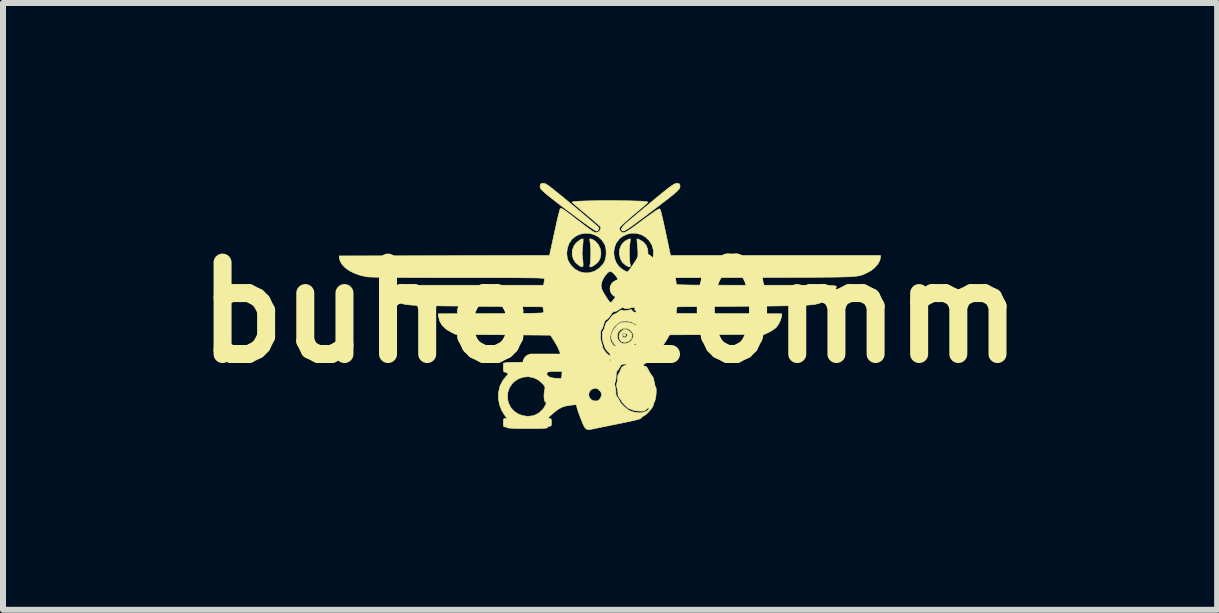
<source format=kicad_pcb>
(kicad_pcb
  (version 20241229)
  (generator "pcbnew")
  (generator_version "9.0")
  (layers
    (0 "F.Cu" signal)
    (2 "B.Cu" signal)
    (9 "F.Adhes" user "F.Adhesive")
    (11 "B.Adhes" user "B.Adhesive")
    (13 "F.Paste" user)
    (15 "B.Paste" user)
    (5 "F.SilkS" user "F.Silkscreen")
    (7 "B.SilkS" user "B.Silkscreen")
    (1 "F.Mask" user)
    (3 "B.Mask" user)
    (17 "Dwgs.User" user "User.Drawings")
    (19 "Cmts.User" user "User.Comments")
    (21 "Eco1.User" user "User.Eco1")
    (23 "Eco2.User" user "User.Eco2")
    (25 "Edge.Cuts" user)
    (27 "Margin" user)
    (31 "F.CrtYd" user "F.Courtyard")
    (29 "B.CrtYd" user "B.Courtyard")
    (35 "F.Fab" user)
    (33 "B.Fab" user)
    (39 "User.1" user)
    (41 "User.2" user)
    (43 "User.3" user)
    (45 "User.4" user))
  (footprint "buho_10mm"
    (layer "F.Cu")
    (at 7.119 2.162)
    (property "Reference" "buho_10mm" (at 0 0 0) (layer "F.SilkS") (effects (font (size 1.524 1.524) (thickness 0.3))))
    (attr through_hole)
    (fp_poly (pts (xy 0.262 0.364) (xy 0.267 0.375) (xy 0.256 0.39) (xy 0.241 0.394) (xy 0.221 0.386) (xy 0.216 0.375) (xy 0.226 0.359) (xy 0.241 0.356) (xy 0.262 0.364)) (stroke (width 0.01) (type solid)) (fill yes) (layer "F.SilkS"))
    (fp_poly (pts (xy 0.338 -1.229) (xy 0.338 -1.215) (xy 0.335 -1.183) (xy 0.329 -1.139) (xy 0.328 -1.13) (xy 0.323 -1.07) (xy 0.321 -0.998) (xy 0.323 -0.923) (xy 0.328 -0.854) (xy 0.336 -0.799) (xy 0.338 -0.792) (xy 0.339 -0.769) (xy 0.324 -0.763) (xy 0.293 -0.775) (xy 0.263 -0.791) (xy 0.208 -0.838) (xy 0.172 -0.902) (xy 0.156 -0.978) (xy 0.16 -1.056) (xy 0.188 -1.126) (xy 0.231 -1.177) (xy 0.256 -1.196) (xy 0.288 -1.214) (xy 0.317 -1.227) (xy 0.336 -1.23) (xy 0.338 -1.229)) (stroke (width 0.01) (type solid)) (fill yes) (layer "F.SilkS"))
    (fp_poly (pts (xy -0.29 -1.218) (xy -0.255 -1.197) (xy -0.241 -1.185) (xy -0.192 -1.129) (xy -0.162 -1.061) (xy -0.152 -0.988) (xy -0.163 -0.916) (xy -0.181 -0.874) (xy -0.203 -0.844) (xy -0.232 -0.816) (xy -0.264 -0.791) (xy -0.295 -0.773) (xy -0.321 -0.763) (xy -0.337 -0.765) (xy -0.338 -0.78) (xy -0.337 -0.784) (xy -0.33 -0.815) (xy -0.325 -0.863) (xy -0.322 -0.924) (xy -0.321 -0.99) (xy -0.321 -1.054) (xy -0.324 -1.11) (xy -0.329 -1.148) (xy -0.335 -1.189) (xy -0.338 -1.218) (xy -0.337 -1.229) (xy -0.32 -1.23) (xy -0.29 -1.218)) (stroke (width 0.01) (type solid)) (fill yes) (layer "F.SilkS"))
    (fp_poly (pts (xy -0.45 -1.229) (xy -0.449 -1.215) (xy -0.45 -1.181) (xy -0.454 -1.133) (xy -0.457 -1.101) (xy -0.462 -1.047) (xy -0.465 -1.001) (xy -0.465 -0.971) (xy -0.464 -0.963) (xy -0.461 -0.942) (xy -0.457 -0.905) (xy -0.452 -0.858) (xy -0.452 -0.854) (xy -0.449 -0.802) (xy -0.452 -0.773) (xy -0.464 -0.763) (xy -0.487 -0.77) (xy -0.515 -0.786) (xy -0.574 -0.835) (xy -0.613 -0.897) (xy -0.631 -0.966) (xy -0.629 -1.038) (xy -0.604 -1.107) (xy -0.587 -1.134) (xy -0.561 -1.164) (xy -0.528 -1.192) (xy -0.494 -1.216) (xy -0.466 -1.229) (xy -0.45 -1.229)) (stroke (width 0.01) (type solid)) (fill yes) (layer "F.SilkS"))
    (fp_poly (pts (xy 0.464 -1.227) (xy 0.491 -1.215) (xy 0.523 -1.198) (xy 0.552 -1.179) (xy 0.563 -1.17) (xy 0.605 -1.118) (xy 0.628 -1.055) (xy 0.632 -0.987) (xy 0.619 -0.919) (xy 0.589 -0.857) (xy 0.543 -0.805) (xy 0.505 -0.78) (xy 0.472 -0.765) (xy 0.454 -0.766) (xy 0.448 -0.786) (xy 0.451 -0.827) (xy 0.451 -0.829) (xy 0.457 -0.879) (xy 0.462 -0.929) (xy 0.464 -0.946) (xy 0.465 -0.982) (xy 0.464 -1.034) (xy 0.459 -1.093) (xy 0.458 -1.111) (xy 0.453 -1.161) (xy 0.45 -1.202) (xy 0.449 -1.225) (xy 0.45 -1.229) (xy 0.464 -1.227)) (stroke (width 0.01) (type solid)) (fill yes) (layer "F.SilkS"))
    (fp_poly (pts (xy 0.295 0.29) (xy 0.333 0.316) (xy 0.36 0.351) (xy 0.368 0.383) (xy 0.357 0.427) (xy 0.328 0.462) (xy 0.288 0.486) (xy 0.243 0.495) (xy 0.199 0.486) (xy 0.18 0.473) (xy 0.155 0.437) (xy 0.149 0.394) (xy 0.155 0.367) (xy 0.203 0.367) (xy 0.211 0.399) (xy 0.229 0.416) (xy 0.255 0.416) (xy 0.279 0.4) (xy 0.29 0.374) (xy 0.279 0.353) (xy 0.249 0.343) (xy 0.242 0.343) (xy 0.212 0.348) (xy 0.203 0.367) (xy 0.155 0.367) (xy 0.159 0.35) (xy 0.183 0.312) (xy 0.218 0.286) (xy 0.252 0.279) (xy 0.295 0.29)) (stroke (width 0.01) (type solid)) (fill yes) (layer "F.SilkS"))
    (fp_poly (pts (xy -1.098 -2.155) (xy -1.069 -2.144) (xy -1.031 -2.12) (xy -0.995 -2.093) (xy -0.953 -2.06) (xy -0.898 -2.016) (xy -0.833 -1.964) (xy -0.761 -1.905) (xy -0.684 -1.841) (xy -0.604 -1.775) (xy -0.525 -1.708) (xy -0.448 -1.644) (xy -0.377 -1.583) (xy -0.313 -1.529) (xy -0.26 -1.483) (xy -0.22 -1.448) (xy -0.195 -1.425) (xy -0.188 -1.418) (xy -0.186 -1.396) (xy -0.2 -1.373) (xy -0.221 -1.36) (xy -0.226 -1.359) (xy -0.242 -1.367) (xy -0.275 -1.387) (xy -0.322 -1.419) (xy -0.38 -1.46) (xy -0.447 -1.508) (xy -0.495 -1.543) (xy -0.627 -1.642) (xy -0.74 -1.726) (xy -0.835 -1.798) (xy -0.915 -1.86) (xy -0.98 -1.911) (xy -1.034 -1.954) (xy -1.077 -1.99) (xy -1.096 -2.007) (xy -1.134 -2.043) (xy -1.156 -2.068) (xy -1.165 -2.089) (xy -1.166 -2.112) (xy -1.166 -2.113) (xy -1.159 -2.142) (xy -1.141 -2.154) (xy -1.123 -2.156) (xy -1.098 -2.155)) (stroke (width 0.01) (type solid)) (fill yes) (layer "F.SilkS"))
    (fp_poly (pts (xy 1.123 -2.156) (xy 1.151 -2.15) (xy 1.163 -2.132) (xy 1.166 -2.113) (xy 1.166 -2.1) (xy 1.164 -2.086) (xy 1.157 -2.071) (xy 1.144 -2.054) (xy 1.124 -2.032) (xy 1.095 -2.005) (xy 1.056 -1.972) (xy 1.005 -1.93) (xy 0.941 -1.88) (xy 0.862 -1.82) (xy 0.768 -1.748) (xy 0.656 -1.663) (xy 0.529 -1.568) (xy 0.441 -1.502) (xy 0.371 -1.45) (xy 0.316 -1.412) (xy 0.274 -1.385) (xy 0.244 -1.368) (xy 0.222 -1.361) (xy 0.208 -1.362) (xy 0.199 -1.367) (xy 0.189 -1.386) (xy 0.195 -1.409) (xy 0.216 -1.439) (xy 0.256 -1.48) (xy 0.314 -1.531) (xy 0.321 -1.537) (xy 0.459 -1.653) (xy 0.58 -1.754) (xy 0.684 -1.841) (xy 0.773 -1.915) (xy 0.847 -1.976) (xy 0.91 -2.026) (xy 0.961 -2.067) (xy 1.002 -2.098) (xy 1.036 -2.121) (xy 1.062 -2.138) (xy 1.082 -2.148) (xy 1.098 -2.154) (xy 1.112 -2.157) (xy 1.123 -2.156)) (stroke (width 0.01) (type solid)) (fill yes) (layer "F.SilkS"))
    (fp_poly (pts (xy 0.306 0.163) (xy 0.365 0.177) (xy 0.389 0.188) (xy 0.448 0.23) (xy 0.487 0.284) (xy 0.505 0.343) (xy 0.501 0.405) (xy 0.474 0.464) (xy 0.435 0.509) (xy 0.36 0.562) (xy 0.285 0.59) (xy 0.209 0.594) (xy 0.136 0.573) (xy 0.126 0.568) (xy 0.075 0.53) (xy 0.038 0.479) (xy 0.019 0.422) (xy 0.02 0.394) (xy 0.121 0.394) (xy 0.132 0.446) (xy 0.163 0.488) (xy 0.203 0.512) (xy 0.244 0.517) (xy 0.291 0.507) (xy 0.334 0.484) (xy 0.344 0.475) (xy 0.379 0.429) (xy 0.389 0.382) (xy 0.382 0.351) (xy 0.353 0.305) (xy 0.312 0.275) (xy 0.264 0.261) (xy 0.215 0.265) (xy 0.171 0.286) (xy 0.138 0.325) (xy 0.132 0.337) (xy 0.121 0.394) (xy 0.02 0.394) (xy 0.02 0.375) (xy 0.036 0.327) (xy 0.066 0.274) (xy 0.104 0.223) (xy 0.142 0.187) (xy 0.143 0.186) (xy 0.186 0.167) (xy 0.243 0.159) (xy 0.306 0.163)) (stroke (width 0.01) (type solid)) (fill yes) (layer "F.SilkS"))
    (fp_poly (pts (xy 0.16 -1.866) (xy 0.298 -1.865) (xy 0.412 -1.862) (xy 0.504 -1.859) (xy 0.571 -1.854) (xy 0.614 -1.849) (xy 0.632 -1.842) (xy 0.632 -1.84) (xy 0.622 -1.829) (xy 0.595 -1.805) (xy 0.554 -1.769) (xy 0.502 -1.724) (xy 0.441 -1.673) (xy 0.406 -1.644) (xy 0.341 -1.589) (xy 0.283 -1.537) (xy 0.233 -1.492) (xy 0.195 -1.456) (xy 0.172 -1.433) (xy 0.167 -1.426) (xy 0.157 -1.399) (xy 0.164 -1.375) (xy 0.171 -1.364) (xy 0.185 -1.347) (xy 0.2 -1.336) (xy 0.22 -1.333) (xy 0.246 -1.339) (xy 0.281 -1.356) (xy 0.326 -1.384) (xy 0.386 -1.425) (xy 0.46 -1.479) (xy 0.54 -1.539) (xy 0.631 -1.606) (xy 0.704 -1.658) (xy 0.759 -1.696) (xy 0.797 -1.72) (xy 0.82 -1.73) (xy 0.828 -1.73) (xy 0.834 -1.721) (xy 0.841 -1.703) (xy 0.85 -1.675) (xy 0.86 -1.634) (xy 0.874 -1.578) (xy 0.89 -1.504) (xy 0.911 -1.411) (xy 0.935 -1.296) (xy 0.947 -1.241) (xy 1.008 -0.953) (xy 4.508 -0.953) (xy 4.508 -0.924) (xy 4.496 -0.868) (xy 4.464 -0.81) (xy 4.415 -0.754) (xy 4.354 -0.704) (xy 4.286 -0.666) (xy 4.261 -0.655) (xy 4.239 -0.645) (xy 4.219 -0.636) (xy 4.198 -0.628) (xy 4.175 -0.622) (xy 4.15 -0.616) (xy 4.12 -0.61) (xy 4.083 -0.606) (xy 4.04 -0.602) (xy 3.987 -0.599) (xy 3.924 -0.597) (xy 3.849 -0.595) (xy 3.761 -0.593) (xy 3.657 -0.592) (xy 3.538 -0.591) (xy 3.401 -0.59) (xy 3.245 -0.589) (xy 3.068 -0.589) (xy 2.869 -0.588) (xy 2.647 -0.588) (xy 2.58 -0.587) (xy 1.089 -0.583) (xy 1.097 -0.536) (xy 1.102 -0.501) (xy 1.105 -0.476) (xy 1.105 -0.473) (xy 1.109 -0.47) (xy 1.124 -0.468) (xy 1.15 -0.466) (xy 1.189 -0.464) (xy 1.242 -0.463) (xy 1.309 -0.461) (xy 1.393 -0.46) (xy 1.494 -0.459) (xy 1.614 -0.459) (xy 1.753 -0.458) (xy 1.914 -0.458) (xy 2.097 -0.457) (xy 2.303 -0.457) (xy 2.438 -0.457) (xy 2.652 -0.457) (xy 2.841 -0.457) (xy 3.008 -0.457) (xy 3.153 -0.457) (xy 3.279 -0.456) (xy 3.387 -0.456) (xy 3.478 -0.455) (xy 3.553 -0.454) (xy 3.615 -0.453) (xy 3.663 -0.452) (xy 3.701 -0.45) (xy 3.729 -0.449) (xy 3.748 -0.446) (xy 3.761 -0.444) (xy 3.768 -0.441) (xy 3.771 -0.438) (xy 3.772 -0.435) (xy 3.76 -0.383) (xy 3.728 -0.328) (xy 3.681 -0.273) (xy 3.622 -0.224) (xy 3.557 -0.186) (xy 3.554 -0.184) (xy 3.529 -0.173) (xy 3.504 -0.163) (xy 3.48 -0.154) (xy 3.452 -0.147) (xy 3.421 -0.14) (xy 3.384 -0.134) (xy 3.34 -0.13) (xy 3.286 -0.126) (xy 3.222 -0.122) (xy 3.145 -0.119) (xy 3.053 -0.117) (xy 2.946 -0.115) (xy 2.821 -0.113) (xy 2.677 -0.111) (xy 2.511 -0.11) (xy 2.323 -0.108) (xy 2.214 -0.107) (xy 1.12 -0.098) (xy 1.112 -0.071) (xy 1.106 -0.035) (xy 1.105 -0.016) (xy 1.105 0.013) (xy 2.864 0.019) (xy 2.86 0.057) (xy 2.844 0.118) (xy 2.815 0.182) (xy 2.777 0.237) (xy 2.758 0.256) (xy 2.72 0.284) (xy 2.672 0.314) (xy 2.642 0.329) (xy 2.572 0.362) (xy 0.992 0.369) (xy 0.952 0.439) (xy 0.883 0.548) (xy 0.805 0.649) (xy 0.724 0.736) (xy 0.666 0.787) (xy 0.624 0.82) (xy 0.588 0.846) (xy 0.563 0.861) (xy 0.556 0.864) (xy 0.551 0.871) (xy 0.558 0.882) (xy 0.579 0.894) (xy 0.59 0.894) (xy 0.606 0.901) (xy 0.627 0.931) (xy 0.64 0.958) (xy 0.663 1) (xy 0.686 1.036) (xy 0.699 1.052) (xy 0.721 1.087) (xy 0.735 1.146) (xy 0.737 1.156) (xy 0.745 1.199) (xy 0.754 1.231) (xy 0.762 1.245) (xy 0.768 1.261) (xy 0.77 1.296) (xy 0.769 1.341) (xy 0.764 1.39) (xy 0.756 1.436) (xy 0.747 1.471) (xy 0.741 1.482) (xy 0.728 1.512) (xy 0.724 1.532) (xy 0.715 1.559) (xy 0.692 1.596) (xy 0.659 1.636) (xy 0.623 1.675) (xy 0.588 1.705) (xy 0.571 1.715) (xy 0.541 1.733) (xy 0.523 1.748) (xy 0.521 1.752) (xy 0.518 1.758) (xy 0.507 1.765) (xy 0.487 1.773) (xy 0.455 1.783) (xy 0.408 1.794) (xy 0.345 1.808) (xy 0.263 1.826) (xy 0.161 1.847) (xy 0.062 1.867) (xy -0.033 1.886) (xy -0.121 1.904) (xy -0.198 1.92) (xy -0.261 1.933) (xy -0.308 1.942) (xy -0.333 1.948) (xy -0.337 1.948) (xy -0.369 1.948) (xy -0.389 1.943) (xy -0.411 1.925) (xy -0.433 1.894) (xy -0.436 1.888) (xy -0.456 1.844) (xy -0.478 1.788) (xy -0.502 1.727) (xy -0.524 1.667) (xy -0.541 1.616) (xy -0.552 1.58) (xy -0.552 1.576) (xy -0.562 1.533) (xy -0.64 1.54) (xy -0.722 1.552) (xy -0.79 1.571) (xy -0.852 1.602) (xy -0.917 1.649) (xy -0.945 1.673) (xy -0.989 1.711) (xy -1.016 1.736) (xy -1.028 1.751) (xy -1.027 1.759) (xy -1.015 1.762) (xy -1.012 1.763) (xy -0.991 1.767) (xy -0.981 1.779) (xy -0.978 1.806) (xy -0.978 1.83) (xy -0.979 1.867) (xy -0.984 1.886) (xy -0.997 1.892) (xy -1.01 1.892) (xy -1.035 1.899) (xy -1.041 1.911) (xy -1.044 1.917) (xy -1.055 1.922) (xy -1.075 1.925) (xy -1.108 1.927) (xy -1.157 1.929) (xy -1.225 1.93) (xy -1.313 1.93) (xy -1.378 1.93) (xy -1.489 1.93) (xy -1.579 1.929) (xy -1.647 1.926) (xy -1.692 1.923) (xy -1.713 1.919) (xy -1.714 1.918) (xy -1.725 1.908) (xy -1.746 1.905) (xy -1.764 1.903) (xy -1.774 1.894) (xy -1.777 1.87) (xy -1.778 1.835) (xy -1.777 1.795) (xy -1.773 1.774) (xy -1.762 1.766) (xy -1.745 1.765) (xy -1.712 1.765) (xy -1.75 1.718) (xy -1.807 1.627) (xy -1.844 1.528) (xy -1.861 1.425) (xy -1.86 1.415) (xy -1.711 1.415) (xy -1.696 1.498) (xy -1.659 1.575) (xy -1.611 1.634) (xy -1.541 1.684) (xy -1.46 1.716) (xy -1.372 1.728) (xy -1.287 1.719) (xy -1.256 1.71) (xy -1.181 1.67) (xy -1.118 1.609) (xy -1.087 1.562) (xy -1.07 1.528) (xy -1.063 1.505) (xy -1.064 1.499) (xy -1.082 1.487) (xy -1.094 1.456) (xy -1.1 1.41) (xy -1.1 1.367) (xy -0.356 1.367) (xy -0.345 1.414) (xy -0.315 1.45) (xy -0.273 1.47) (xy -0.223 1.472) (xy -0.197 1.465) (xy -0.175 1.446) (xy -0.154 1.413) (xy -0.141 1.375) (xy -0.14 1.359) (xy -0.148 1.333) (xy -0.17 1.302) (xy -0.178 1.293) (xy -0.207 1.268) (xy -0.232 1.259) (xy -0.264 1.262) (xy -0.313 1.28) (xy -0.345 1.316) (xy -0.356 1.366) (xy -0.356 1.367) (xy -1.1 1.367) (xy -1.1 1.356) (xy -1.092 1.298) (xy -1.086 1.268) (xy -1.084 1.245) (xy -1.092 1.222) (xy -1.116 1.192) (xy -1.129 1.177) (xy -1.13 1.177) (xy 0.078 1.177) (xy 0.079 1.207) (xy 0.088 1.244) (xy 0.096 1.287) (xy 0.098 1.325) (xy 0.097 1.338) (xy 0.099 1.369) (xy 0.119 1.407) (xy 0.127 1.417) (xy 0.149 1.45) (xy 0.163 1.475) (xy 0.165 1.483) (xy 0.174 1.502) (xy 0.199 1.53) (xy 0.233 1.564) (xy 0.272 1.597) (xy 0.31 1.625) (xy 0.317 1.629) (xy 0.362 1.649) (xy 0.421 1.663) (xy 0.481 1.67) (xy 0.533 1.668) (xy 0.533 1.667) (xy 0.567 1.658) (xy 0.605 1.643) (xy 0.606 1.642) (xy 0.639 1.619) (xy 0.648 1.596) (xy 0.646 1.581) (xy 0.638 1.582) (xy 0.619 1.598) (xy 0.609 1.607) (xy 0.586 1.627) (xy 0.564 1.638) (xy 0.535 1.641) (xy 0.49 1.64) (xy 0.486 1.64) (xy 0.436 1.636) (xy 0.392 1.627) (xy 0.366 1.618) (xy 0.337 1.605) (xy 0.318 1.6) (xy 0.302 1.592) (xy 0.277 1.57) (xy 0.246 1.541) (xy 0.218 1.511) (xy 0.197 1.486) (xy 0.191 1.473) (xy 0.183 1.457) (xy 0.164 1.432) (xy 0.157 1.423) (xy 0.134 1.385) (xy 0.131 1.358) (xy 0.131 1.331) (xy 0.125 1.291) (xy 0.12 1.27) (xy 0.109 1.221) (xy 0.111 1.184) (xy 0.114 1.175) (xy 0.122 1.14) (xy 0.127 1.097) (xy 0.127 1.086) (xy 0.129 1.052) (xy 0.136 1.03) (xy 0.139 1.027) (xy 0.15 1.013) (xy 0.164 0.983) (xy 0.174 0.959) (xy 0.191 0.919) (xy 0.21 0.897) (xy 0.236 0.885) (xy 0.238 0.884) (xy 0.27 0.872) (xy 0.277 0.863) (xy 0.259 0.857) (xy 0.233 0.857) (xy 0.203 0.861) (xy 0.182 0.875) (xy 0.163 0.906) (xy 0.162 0.909) (xy 0.142 0.942) (xy 0.124 0.965) (xy 0.119 0.969) (xy 0.107 0.99) (xy 0.102 1.035) (xy 0.102 1.055) (xy 0.099 1.1) (xy 0.093 1.138) (xy 0.086 1.155) (xy 0.078 1.177) (xy -1.13 1.177) (xy -1.199 1.119) (xy -1.278 1.082) (xy -1.361 1.067) (xy -1.446 1.074) (xy -1.527 1.102) (xy -1.601 1.151) (xy -1.629 1.18) (xy -1.678 1.251) (xy -1.705 1.331) (xy -1.711 1.415) (xy -1.86 1.415) (xy -1.857 1.323) (xy -1.834 1.225) (xy -1.79 1.136) (xy -1.736 1.067) (xy -1.71 1.039) (xy -1.702 1.021) (xy -1.708 1.008) (xy -1.709 1.007) (xy -1.735 0.993) (xy -1.752 0.991) (xy -1.766 0.988) (xy -1.774 0.976) (xy -1.778 0.949) (xy -1.778 0.916) (xy -1.778 0.842) (xy -1.73 0.834) (xy -1.705 0.831) (xy -1.658 0.83) (xy -1.593 0.828) (xy -1.516 0.827) (xy -1.43 0.826) (xy -1.362 0.826) (xy -1.262 0.826) (xy -1.185 0.826) (xy -1.128 0.828) (xy -1.088 0.83) (xy -1.062 0.833) (xy -1.048 0.837) (xy -1.042 0.842) (xy -1.041 0.845) (xy -1.03 0.86) (xy -1.01 0.864) (xy -0.99 0.866) (xy -0.981 0.878) (xy -0.978 0.905) (xy -0.978 0.921) (xy -0.979 0.956) (xy -0.986 0.973) (xy -1.001 0.978) (xy -1.01 0.978) (xy -1.035 0.985) (xy -1.041 0.997) (xy -1.05 1.014) (xy -1.057 1.016) (xy -1.059 1.024) (xy -1.046 1.043) (xy -1.038 1.051) (xy -1.013 1.071) (xy -0.984 1.083) (xy -0.941 1.091) (xy -0.918 1.093) (xy -0.872 1.096) (xy -0.835 1.097) (xy -0.816 1.095) (xy -0.809 1.084) (xy -0.804 1.056) (xy -0.801 1.009) (xy -0.8 0.957) (xy -0.57 0.957) (xy -0.564 0.975) (xy -0.558 0.978) (xy -0.544 0.967) (xy -0.537 0.953) (xy -0.534 0.943) (xy -0.529 0.934) (xy -0.519 0.927) (xy -0.5 0.92) (xy -0.468 0.912) (xy -0.422 0.902) (xy -0.356 0.889) (xy -0.286 0.876) (xy -0.191 0.857) (xy -0.119 0.843) (xy -0.066 0.831) (xy -0.029 0.821) (xy -0.006 0.813) (xy 0.007 0.806) (xy 0.012 0.798) (xy 0.013 0.793) (xy 0.003 0.777) (xy -0.005 0.775) (xy -0.03 0.777) (xy -0.073 0.785) (xy -0.13 0.797) (xy -0.196 0.811) (xy -0.268 0.827) (xy -0.34 0.844) (xy -0.409 0.861) (xy -0.47 0.877) (xy -0.519 0.89) (xy -0.55 0.9) (xy -0.561 0.905) (xy -0.57 0.93) (xy -0.57 0.957) (xy -0.8 0.957) (xy -0.8 0.939) (xy -0.8 0.931) (xy -0.803 0.824) (xy -0.815 0.735) (xy -0.837 0.654) (xy -0.871 0.575) (xy -0.92 0.489) (xy -0.923 0.485) (xy -0.992 0.375) (xy -0.159 0.375) (xy -0.157 0.423) (xy -0.152 0.466) (xy -0.145 0.498) (xy -0.142 0.504) (xy -0.13 0.539) (xy -0.127 0.562) (xy -0.118 0.594) (xy -0.094 0.634) (xy -0.061 0.674) (xy -0.026 0.706) (xy 0.003 0.723) (xy 0.038 0.739) (xy 0.064 0.757) (xy 0.104 0.78) (xy 0.155 0.795) (xy 0.206 0.798) (xy 0.234 0.792) (xy 0.251 0.775) (xy 0.254 0.76) (xy 0.252 0.743) (xy 0.242 0.745) (xy 0.226 0.755) (xy 0.199 0.767) (xy 0.166 0.774) (xy 0.136 0.774) (xy 0.117 0.768) (xy 0.114 0.762) (xy 0.104 0.75) (xy 0.077 0.732) (xy 0.054 0.719) (xy 0.015 0.694) (xy -0.024 0.661) (xy -0.058 0.624) (xy -0.082 0.591) (xy -0.089 0.569) (xy -0.095 0.546) (xy -0.107 0.518) (xy -0.117 0.488) (xy -0.125 0.446) (xy -0.127 0.42) (xy 0 0.42) (xy 0.012 0.477) (xy 0.045 0.53) (xy 0.095 0.575) (xy 0.157 0.605) (xy 0.165 0.607) (xy 0.205 0.617) (xy 0.236 0.62) (xy 0.27 0.615) (xy 0.317 0.602) (xy 0.318 0.602) (xy 0.383 0.572) (xy 0.443 0.527) (xy 0.49 0.472) (xy 0.519 0.413) (xy 0.52 0.408) (xy 0.526 0.344) (xy 0.509 0.285) (xy 0.474 0.232) (xy 0.423 0.189) (xy 0.36 0.157) (xy 0.288 0.141) (xy 0.211 0.143) (xy 0.197 0.145) (xy 0.144 0.167) (xy 0.094 0.208) (xy 0.051 0.263) (xy 0.019 0.327) (xy 0.002 0.393) (xy 0 0.42) (xy -0.127 0.42) (xy -0.129 0.4) (xy -0.13 0.357) (xy -0.126 0.324) (xy -0.119 0.308) (xy -0.118 0.308) (xy -0.107 0.294) (xy -0.095 0.262) (xy -0.087 0.233) (xy -0.073 0.188) (xy -0.057 0.158) (xy -0.049 0.151) (xy -0.029 0.134) (xy -0.003 0.104) (xy 0.013 0.082) (xy 0.038 0.051) (xy 0.061 0.03) (xy 0.072 0.025) (xy 0.093 0.018) (xy 0.124 -0.001) (xy 0.141 -0.014) (xy 0.174 -0.037) (xy 0.195 -0.044) (xy 0.208 -0.039) (xy 0.231 -0.031) (xy 0.269 -0.035) (xy 0.281 -0.037) (xy 0.327 -0.047) (xy 0.354 -0.049) (xy 0.366 -0.044) (xy 0.368 -0.032) (xy 0.38 -0.018) (xy 0.417 -0.005) (xy 0.445 0.001) (xy 0.493 0.014) (xy 0.518 0.027) (xy 0.521 0.034) (xy 0.529 0.054) (xy 0.55 0.081) (xy 0.553 0.084) (xy 0.574 0.113) (xy 0.579 0.137) (xy 0.579 0.138) (xy 0.581 0.162) (xy 0.595 0.193) (xy 0.597 0.197) (xy 0.614 0.233) (xy 0.622 0.268) (xy 0.622 0.269) (xy 0.627 0.307) (xy 0.636 0.339) (xy 0.643 0.367) (xy 0.635 0.384) (xy 0.629 0.388) (xy 0.615 0.414) (xy 0.61 0.462) (xy 0.607 0.501) (xy 0.598 0.519) (xy 0.592 0.521) (xy 0.575 0.531) (xy 0.554 0.556) (xy 0.548 0.565) (xy 0.527 0.593) (xy 0.509 0.609) (xy 0.504 0.61) (xy 0.487 0.619) (xy 0.461 0.641) (xy 0.435 0.669) (xy 0.414 0.695) (xy 0.406 0.712) (xy 0.413 0.724) (xy 0.429 0.718) (xy 0.449 0.696) (xy 0.452 0.692) (xy 0.471 0.671) (xy 0.487 0.672) (xy 0.489 0.673) (xy 0.503 0.679) (xy 0.518 0.669) (xy 0.536 0.641) (xy 0.55 0.614) (xy 0.571 0.586) (xy 0.592 0.576) (xy 0.592 0.576) (xy 0.613 0.566) (xy 0.627 0.533) (xy 0.633 0.481) (xy 0.634 0.473) (xy 0.64 0.441) (xy 0.654 0.432) (xy 0.665 0.421) (xy 0.67 0.391) (xy 0.669 0.35) (xy 0.664 0.304) (xy 0.654 0.258) (xy 0.641 0.22) (xy 0.635 0.209) (xy 0.619 0.177) (xy 0.621 0.16) (xy 0.622 0.159) (xy 0.634 0.145) (xy 0.628 0.126) (xy 0.604 0.096) (xy 0.597 0.089) (xy 0.574 0.06) (xy 0.566 0.036) (xy 0.567 0.032) (xy 0.565 0.017) (xy 0.546 0.002) (xy 0.506 -0.013) (xy 0.46 -0.026) (xy 0.426 -0.036) (xy 0.412 -0.047) (xy 0.413 -0.064) (xy 0.413 -0.064) (xy 0.415 -0.081) (xy 0.403 -0.088) (xy 0.375 -0.086) (xy 0.327 -0.076) (xy 0.322 -0.074) (xy 0.28 -0.067) (xy 0.25 -0.07) (xy 0.235 -0.076) (xy 0.215 -0.084) (xy 0.196 -0.081) (xy 0.169 -0.065) (xy 0.149 -0.052) (xy 0.111 -0.028) (xy 0.082 -0.019) (xy 0.073 -0.02) (xy 0.057 -0.017) (xy 0.035 0.004) (xy 0.008 0.043) (xy -0.018 0.08) (xy -0.042 0.105) (xy -0.057 0.114) (xy -0.074 0.122) (xy -0.09 0.147) (xy -0.106 0.193) (xy -0.114 0.224) (xy -0.126 0.258) (xy -0.139 0.28) (xy -0.144 0.283) (xy -0.152 0.298) (xy -0.157 0.332) (xy -0.159 0.375) (xy -0.992 0.375) (xy -0.992 0.375) (xy -1.782 0.368) (xy -2.572 0.362) (xy -2.643 0.328) (xy -2.731 0.276) (xy -2.797 0.214) (xy -2.84 0.14) (xy -2.86 0.058) (xy -2.86 0.057) (xy -2.864 0.019) (xy -1.984 0.016) (xy -1.81 0.015) (xy -1.66 0.014) (xy -1.531 0.013) (xy -1.423 0.012) (xy -1.334 0.011) (xy -1.263 0.01) (xy -1.207 0.008) (xy -1.165 0.006) (xy -1.135 0.004) (xy -1.117 0.001) (xy -1.107 -0.002) (xy -1.105 -0.005) (xy -1.107 -0.029) (xy -1.113 -0.06) (xy -1.12 -0.098) (xy -2.214 -0.107) (xy -2.415 -0.109) (xy -2.592 -0.111) (xy -2.748 -0.112) (xy -2.883 -0.114) (xy -2.999 -0.116) (xy -3.099 -0.118) (xy -3.183 -0.121) (xy -3.254 -0.124) (xy -3.313 -0.127) (xy -3.362 -0.132) (xy -3.403 -0.137) (xy -3.437 -0.143) (xy -3.466 -0.15) (xy -3.492 -0.158) (xy -3.516 -0.168) (xy -3.54 -0.178) (xy -3.554 -0.184) (xy -3.62 -0.222) (xy -3.679 -0.271) (xy -3.727 -0.326) (xy -3.759 -0.381) (xy -3.772 -0.433) (xy -3.772 -0.435) (xy -3.771 -0.439) (xy -3.77 -0.439) (xy -0.148 -0.439) (xy -0.139 -0.398) (xy -0.127 -0.367) (xy -0.105 -0.326) (xy -0.078 -0.281) (xy -0.05 -0.237) (xy -0.023 -0.199) (xy -0.001 -0.173) (xy 0.011 -0.165) (xy 0.023 -0.175) (xy 0.045 -0.2) (xy 0.072 -0.236) (xy 0.075 -0.241) (xy 0.124 -0.315) (xy 0.155 -0.376) (xy 0.169 -0.426) (xy 0.169 -0.468) (xy 0.167 -0.477) (xy 0.146 -0.533) (xy 0.117 -0.585) (xy 0.083 -0.631) (xy 0.048 -0.666) (xy 0.016 -0.686) (xy -0.011 -0.687) (xy -0.013 -0.686) (xy -0.047 -0.658) (xy -0.083 -0.615) (xy -0.115 -0.563) (xy -0.135 -0.517) (xy -0.147 -0.474) (xy -0.148 -0.439) (xy -3.77 -0.439) (xy -3.767 -0.442) (xy -3.758 -0.444) (xy -3.744 -0.447) (xy -3.723 -0.449) (xy -3.693 -0.451) (xy -3.653 -0.452) (xy -3.601 -0.454) (xy -3.537 -0.455) (xy -3.458 -0.455) (xy -3.363 -0.456) (xy -3.251 -0.456) (xy -3.121 -0.457) (xy -2.97 -0.457) (xy -2.798 -0.457) (xy -2.603 -0.457) (xy -2.44 -0.457) (xy -1.108 -0.457) (xy -1.1 -0.505) (xy -1.095 -0.54) (xy -1.092 -0.566) (xy -1.092 -0.568) (xy -1.097 -0.571) (xy -1.112 -0.573) (xy -1.138 -0.575) (xy -1.176 -0.577) (xy -1.228 -0.579) (xy -1.294 -0.58) (xy -1.377 -0.581) (xy -1.477 -0.582) (xy -1.595 -0.583) (xy -1.732 -0.583) (xy -1.89 -0.584) (xy -2.07 -0.584) (xy -2.272 -0.584) (xy -2.499 -0.584) (xy -2.524 -0.584) (xy -2.754 -0.585) (xy -2.968 -0.585) (xy -3.166 -0.586) (xy -3.347 -0.586) (xy -3.509 -0.587) (xy -3.652 -0.589) (xy -3.774 -0.59) (xy -3.875 -0.591) (xy -3.954 -0.593) (xy -4.01 -0.595) (xy -4.041 -0.597) (xy -4.044 -0.597) (xy -4.155 -0.62) (xy -4.256 -0.655) (xy -4.344 -0.699) (xy -4.416 -0.751) (xy -4.47 -0.809) (xy -4.503 -0.872) (xy -4.511 -0.908) (xy -4.515 -0.946) (xy -2.762 -0.949) (xy -1.009 -0.953) (xy -1.001 -0.99) (xy -0.722 -0.99) (xy -0.713 -0.909) (xy -0.698 -0.864) (xy -0.65 -0.787) (xy -0.588 -0.727) (xy -0.515 -0.685) (xy -0.435 -0.664) (xy -0.351 -0.664) (xy -0.268 -0.687) (xy -0.26 -0.69) (xy -0.184 -0.738) (xy -0.122 -0.8) (xy -0.088 -0.857) (xy -0.071 -0.915) (xy -0.064 -0.985) (xy -0.064 -0.999) (xy 0.062 -0.999) (xy 0.072 -0.916) (xy 0.099 -0.839) (xy 0.145 -0.772) (xy 0.195 -0.728) (xy 0.237 -0.702) (xy 0.277 -0.682) (xy 0.297 -0.674) (xy 0.37 -0.663) (xy 0.447 -0.666) (xy 0.516 -0.685) (xy 0.521 -0.687) (xy 0.597 -0.734) (xy 0.657 -0.797) (xy 0.699 -0.871) (xy 0.722 -0.952) (xy 0.723 -1.037) (xy 0.702 -1.12) (xy 0.697 -1.13) (xy 0.651 -1.205) (xy 0.589 -1.263) (xy 0.516 -1.303) (xy 0.437 -1.324) (xy 0.354 -1.325) (xy 0.273 -1.306) (xy 0.197 -1.266) (xy 0.15 -1.225) (xy 0.101 -1.158) (xy 0.072 -1.081) (xy 0.062 -0.999) (xy -0.064 -0.999) (xy -0.067 -1.057) (xy -0.081 -1.12) (xy -0.088 -1.137) (xy -0.134 -1.209) (xy -0.196 -1.265) (xy -0.269 -1.303) (xy -0.348 -1.323) (xy -0.43 -1.324) (xy -0.511 -1.306) (xy -0.585 -1.267) (xy -0.64 -1.219) (xy -0.684 -1.153) (xy -0.712 -1.074) (xy -0.722 -0.99) (xy -1.001 -0.99) (xy -0.929 -1.323) (xy -0.908 -1.418) (xy -0.889 -1.506) (xy -0.871 -1.583) (xy -0.855 -1.647) (xy -0.843 -1.694) (xy -0.835 -1.72) (xy -0.834 -1.724) (xy -0.828 -1.733) (xy -0.821 -1.738) (xy -0.811 -1.737) (xy -0.794 -1.729) (xy -0.768 -1.713) (xy -0.731 -1.686) (xy -0.68 -1.648) (xy -0.612 -1.597) (xy -0.571 -1.565) (xy -0.484 -1.499) (xy -0.415 -1.446) (xy -0.361 -1.406) (xy -0.321 -1.377) (xy -0.291 -1.357) (xy -0.268 -1.344) (xy -0.252 -1.337) (xy -0.239 -1.335) (xy -0.227 -1.335) (xy -0.22 -1.336) (xy -0.189 -1.349) (xy -0.164 -1.377) (xy -0.153 -1.408) (xy -0.156 -1.425) (xy -0.167 -1.439) (xy -0.196 -1.466) (xy -0.238 -1.504) (xy -0.292 -1.55) (xy -0.354 -1.603) (xy -0.396 -1.638) (xy -0.461 -1.693) (xy -0.52 -1.742) (xy -0.569 -1.784) (xy -0.606 -1.816) (xy -0.628 -1.836) (xy -0.632 -1.841) (xy -0.622 -1.847) (xy -0.587 -1.853) (xy -0.529 -1.857) (xy -0.446 -1.861) (xy -0.341 -1.864) (xy -0.214 -1.866) (xy -0.065 -1.867) (xy 0 -1.867) (xy 0.16 -1.866)) (stroke (width 0.01) (type solid)) (fill yes) (layer "F.SilkS")))
  (gr_rect
    (start -3 -3)
    (end 17.239 7.115)
    (stroke (width 0.1) (type default))
    (fill no)
    (layer "Edge.Cuts")))
</source>
